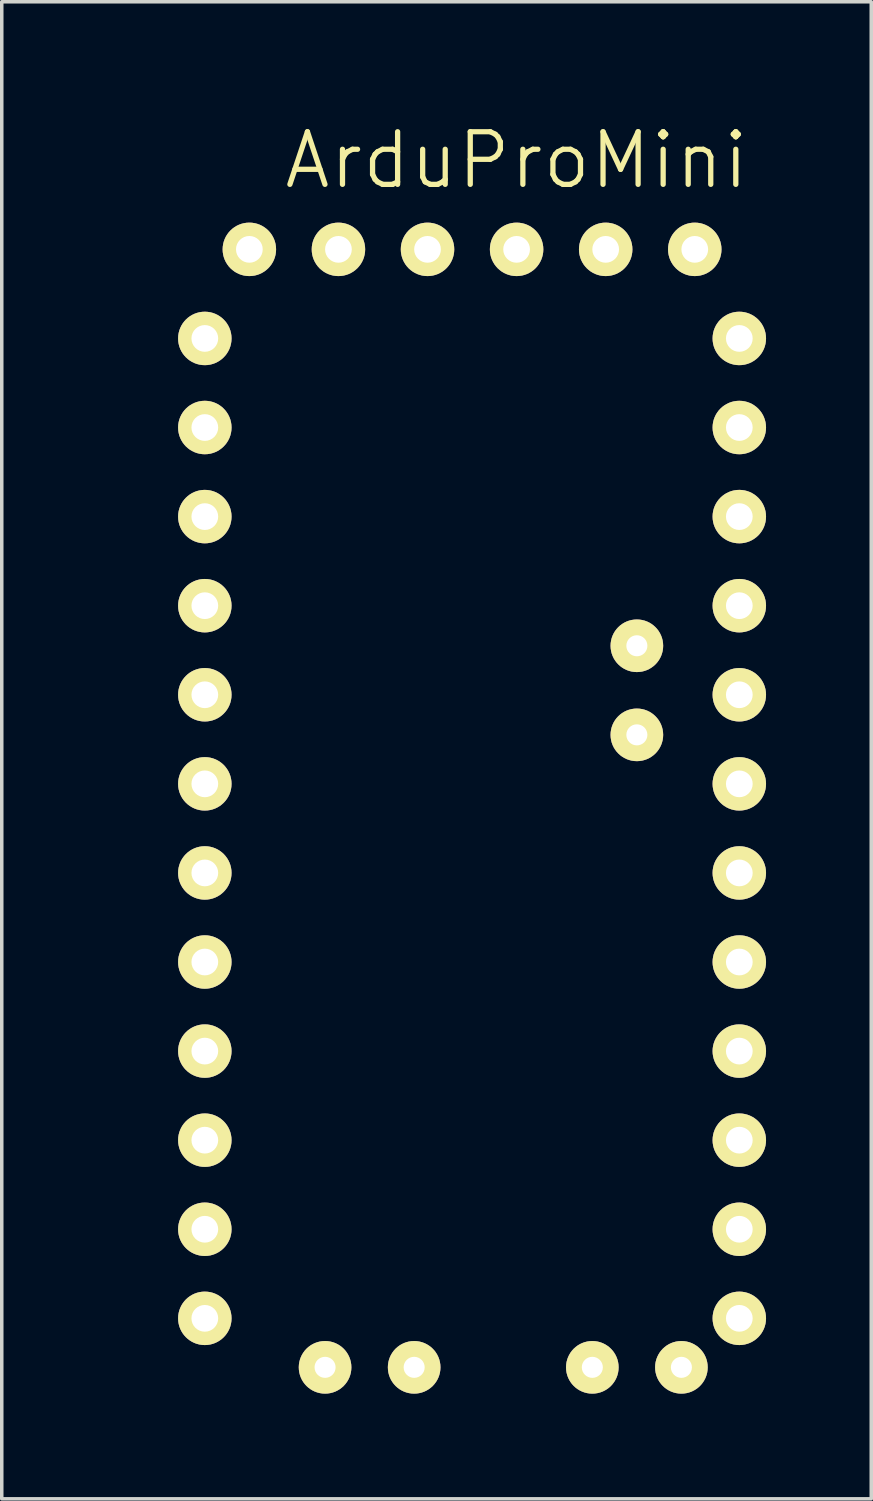
<source format=kicad_pcb>
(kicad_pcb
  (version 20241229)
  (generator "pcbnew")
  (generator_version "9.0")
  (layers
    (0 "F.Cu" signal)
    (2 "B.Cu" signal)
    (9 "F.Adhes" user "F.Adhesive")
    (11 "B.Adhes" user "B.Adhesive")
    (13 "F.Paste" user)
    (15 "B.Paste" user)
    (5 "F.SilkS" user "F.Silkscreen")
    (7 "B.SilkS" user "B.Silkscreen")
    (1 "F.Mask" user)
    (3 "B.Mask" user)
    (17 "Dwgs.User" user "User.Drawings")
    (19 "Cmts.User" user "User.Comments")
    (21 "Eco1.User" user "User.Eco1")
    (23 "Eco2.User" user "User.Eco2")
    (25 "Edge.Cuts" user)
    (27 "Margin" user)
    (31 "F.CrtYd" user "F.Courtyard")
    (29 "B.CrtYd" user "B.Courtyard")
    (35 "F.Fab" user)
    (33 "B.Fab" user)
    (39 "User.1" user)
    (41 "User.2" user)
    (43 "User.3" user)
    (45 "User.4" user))
  (footprint "ArduProMini"
    (layer "F.Cu")
    (at 0.25 0.25)
    (property "Reference" "ArduProMini" (at 11.43 1.27 0) (layer "F.SilkS") (effects (font (size 1.5 1.5) (thickness 0.15))))
    (attr through_hole)
    (pad "1" thru_hole circle (at 3.81 3.81) (size 1.524 1.524) (drill 0.762) (layers "*.Cu" "*.Mask" "F.SilkS"))
    (pad "2" thru_hole circle (at 6.35 3.81) (size 1.524 1.524) (drill 0.762) (layers "*.Cu" "*.Mask" "F.SilkS"))
    (pad "3" thru_hole circle (at 8.89 3.81) (size 1.524 1.524) (drill 0.762) (layers "*.Cu" "*.Mask" "F.SilkS"))
    (pad "4" thru_hole circle (at 11.43 3.81) (size 1.524 1.524) (drill 0.762) (layers "*.Cu" "*.Mask" "F.SilkS"))
    (pad "5" thru_hole circle (at 13.97 3.81) (size 1.524 1.524) (drill 0.762) (layers "*.Cu" "*.Mask" "F.SilkS"))
    (pad "6" thru_hole circle (at 16.51 3.81) (size 1.524 1.524) (drill 0.762) (layers "*.Cu" "*.Mask" "F.SilkS"))
    (pad "7" thru_hole circle (at 2.54 6.35) (size 1.524 1.524) (drill 0.762) (layers "*.Cu" "*.Mask" "F.SilkS"))
    (pad "8" thru_hole circle (at 2.54 8.89) (size 1.524 1.524) (drill 0.762) (layers "*.Cu" "*.Mask" "F.SilkS"))
    (pad "9" thru_hole circle (at 2.54 11.43) (size 1.524 1.524) (drill 0.762) (layers "*.Cu" "*.Mask" "F.SilkS"))
    (pad "10" thru_hole circle (at 2.54 13.97) (size 1.524 1.524) (drill 0.762) (layers "*.Cu" "*.Mask" "F.SilkS"))
    (pad "11" thru_hole circle (at 2.54 16.51) (size 1.524 1.524) (drill 0.762) (layers "*.Cu" "*.Mask" "F.SilkS"))
    (pad "12" thru_hole circle (at 2.54 19.05) (size 1.524 1.524) (drill 0.762) (layers "*.Cu" "*.Mask" "F.SilkS"))
    (pad "13" thru_hole circle (at 2.54 21.59) (size 1.524 1.524) (drill 0.762) (layers "*.Cu" "*.Mask" "F.SilkS"))
    (pad "14" thru_hole circle (at 2.54 24.13) (size 1.524 1.524) (drill 0.762) (layers "*.Cu" "*.Mask" "F.SilkS"))
    (pad "15" thru_hole circle (at 2.54 26.67) (size 1.524 1.524) (drill 0.762) (layers "*.Cu" "*.Mask" "F.SilkS"))
    (pad "16" thru_hole circle (at 2.54 29.21) (size 1.524 1.524) (drill 0.762) (layers "*.Cu" "*.Mask" "F.SilkS"))
    (pad "17" thru_hole circle (at 2.54 31.75) (size 1.524 1.524) (drill 0.762) (layers "*.Cu" "*.Mask" "F.SilkS"))
    (pad "18" thru_hole circle (at 2.54 34.29) (size 1.524 1.524) (drill 0.762) (layers "*.Cu" "*.Mask" "F.SilkS"))
    (pad "19" thru_hole circle (at 17.78 6.35) (size 1.524 1.524) (drill 0.762) (layers "*.Cu" "*.Mask" "F.SilkS"))
    (pad "20" thru_hole circle (at 17.78 8.89) (size 1.524 1.524) (drill 0.762) (layers "*.Cu" "*.Mask" "F.SilkS"))
    (pad "21" thru_hole circle (at 17.78 11.43) (size 1.524 1.524) (drill 0.762) (layers "*.Cu" "*.Mask" "F.SilkS"))
    (pad "22" thru_hole circle (at 17.78 13.97) (size 1.524 1.524) (drill 0.762) (layers "*.Cu" "*.Mask" "F.SilkS"))
    (pad "23" thru_hole circle (at 17.78 16.51) (size 1.524 1.524) (drill 0.762) (layers "*.Cu" "*.Mask" "F.SilkS"))
    (pad "24" thru_hole circle (at 17.78 19.05) (size 1.524 1.524) (drill 0.762) (layers "*.Cu" "*.Mask" "F.SilkS"))
    (pad "25" thru_hole circle (at 17.78 21.59) (size 1.524 1.524) (drill 0.762) (layers "*.Cu" "*.Mask" "F.SilkS"))
    (pad "26" thru_hole circle (at 17.78 24.13) (size 1.524 1.524) (drill 0.762) (layers "*.Cu" "*.Mask" "F.SilkS"))
    (pad "27" thru_hole circle (at 17.78 26.67) (size 1.524 1.524) (drill 0.762) (layers "*.Cu" "*.Mask" "F.SilkS"))
    (pad "28" thru_hole circle (at 17.78 29.21) (size 1.524 1.524) (drill 0.762) (layers "*.Cu" "*.Mask" "F.SilkS"))
    (pad "29" thru_hole circle (at 17.78 31.75) (size 1.524 1.524) (drill 0.762) (layers "*.Cu" "*.Mask" "F.SilkS"))
    (pad "30" thru_hole circle (at 17.78 34.29) (size 1.524 1.524) (drill 0.762) (layers "*.Cu" "*.Mask" "F.SilkS"))
    (pad "31" thru_hole circle (at 14.859 15.113) (size 1.5 1.5) (drill 0.6) (layers "*.Cu" "*.Mask" "F.SilkS"))
    (pad "32" thru_hole circle (at 14.859 17.653) (size 1.5 1.5) (drill 0.6) (layers "*.Cu" "*.Mask" "F.SilkS"))
    (pad "33" thru_hole circle (at 5.969 35.687) (size 1.5 1.5) (drill 0.6) (layers "*.Cu" "*.Mask" "F.SilkS"))
    (pad "34" thru_hole circle (at 8.509 35.687) (size 1.5 1.5) (drill 0.6) (layers "*.Cu" "*.Mask" "F.SilkS"))
    (pad "35" thru_hole circle (at 13.589 35.687) (size 1.5 1.5) (drill 0.6) (layers "*.Cu" "*.Mask" "F.SilkS"))
    (pad "36" thru_hole circle (at 16.129 35.687) (size 1.5 1.5) (drill 0.6) (layers "*.Cu" "*.Mask" "F.SilkS")))
  (gr_rect
    (start -3 -3)
    (end 21.792 39.687)
    (stroke (width 0.1) (type default))
    (fill no)
    (layer "Edge.Cuts")))
</source>
